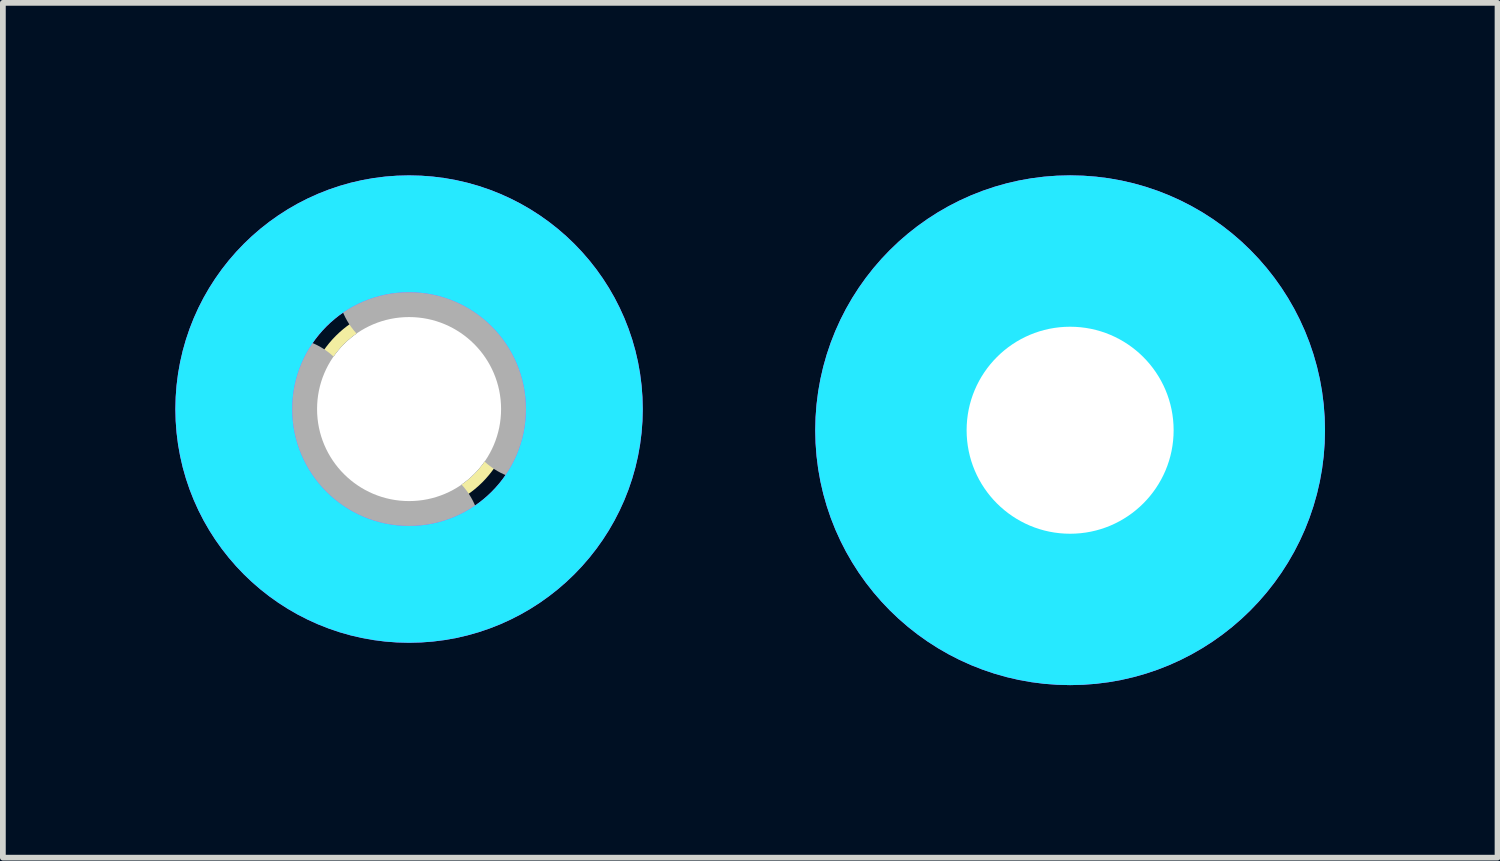
<source format=kicad_pcb>
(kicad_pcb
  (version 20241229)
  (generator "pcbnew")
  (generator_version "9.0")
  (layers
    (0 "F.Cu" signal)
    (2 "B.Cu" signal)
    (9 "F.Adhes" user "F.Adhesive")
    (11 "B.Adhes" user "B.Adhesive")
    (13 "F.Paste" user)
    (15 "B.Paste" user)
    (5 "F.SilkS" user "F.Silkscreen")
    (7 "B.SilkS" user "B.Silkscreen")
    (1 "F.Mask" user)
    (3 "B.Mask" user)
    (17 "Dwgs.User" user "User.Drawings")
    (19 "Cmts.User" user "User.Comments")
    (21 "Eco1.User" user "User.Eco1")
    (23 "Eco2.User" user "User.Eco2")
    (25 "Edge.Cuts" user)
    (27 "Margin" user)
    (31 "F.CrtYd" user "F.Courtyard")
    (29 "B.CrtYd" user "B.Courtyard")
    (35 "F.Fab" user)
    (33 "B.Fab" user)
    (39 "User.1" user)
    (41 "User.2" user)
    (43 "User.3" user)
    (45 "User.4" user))
  (footprint "3,2"
    (layer "F.Cu")
    (at 4.064 4.064)
    (property "Reference" "3,2" (at 0 0 0) (layer "F.SilkS") (effects (font (size 1.27 1.27) (thickness 0.15))))
    (fp_circle (center 0 0) (end 1.7 0) (stroke (width 0.203) (type solid)) (fill no) (layer "F.SilkS"))
    (fp_circle (center 0 0) (end 3.429 0) (stroke (width 0.152) (type solid)) (fill no) (layer "F.SilkS"))
    (fp_circle (center 0 0) (end 3.048 0) (stroke (width 2.032) (type solid)) (fill no) (layer "B.CrtYd"))
    (fp_circle (center 0 0) (end 3.048 0) (stroke (width 2.032) (type solid)) (fill no) (layer "F.CrtYd"))
    (fp_arc (start 0 -2.159) (mid 1.526644 -1.526644) (end 2.159 0) (stroke (width 2.4892) (type solid)) (layer "F.Fab"))
    (fp_arc (start 0 2.159) (mid -1.526644 1.526644) (end -2.159 0) (stroke (width 2.4892) (type solid)) (layer "F.Fab"))
    (fp_circle (center 0 0) (end 0.762 0) (stroke (width 0.457) (type solid)) (fill no) (layer "F.Fab"))
    (pad "" np_thru_hole circle (at 0 0) (size 3.2 3.2) (drill 3.2) (layers "*.Cu" "*.Mask"))
    (zone (net_name "") (layer "F.Cu") (hatch edge 0.508) (connect_pads) (min_thickness 0.254) (filled_areas_thickness no) (keepout (tracks not_allowed) (vias not_allowed) (pads not_allowed) (copperpour not_allowed) (footprints allowed)) (placement (enabled no)) (fill) (polygon (pts (xy 8.128 4.064) (xy 8.066 3.358) (xy 7.883 2.674) (xy 7.584 2.032) (xy 7.177 1.452) (xy 6.676 0.951) (xy 6.096 0.544) (xy 5.454 0.245) (xy 4.77 0.062) (xy 4.064 0) (xy 3.358 0.062) (xy 2.674 0.245) (xy 2.032 0.544) (xy 1.452 0.951) (xy 0.951 1.452) (xy 0.544 2.032) (xy 0.245 2.674) (xy 0.062 3.358) (xy 0 4.064) (xy 0.062 4.77) (xy 0.245 5.454) (xy 0.544 6.096) (xy 0.951 6.676) (xy 1.452 7.177) (xy 2.032 7.584) (xy 2.674 7.883) (xy 3.358 8.066) (xy 4.064 8.128) (xy 4.77 8.066) (xy 5.454 7.883) (xy 6.096 7.584) (xy 6.676 7.177) (xy 7.177 6.676) (xy 7.584 6.096) (xy 7.883 5.454) (xy 8.066 4.77))) (polygon (pts (xy 6.096 4.064) (xy 6.065 3.711) (xy 5.973 3.369) (xy 5.824 3.048) (xy 5.621 2.758) (xy 5.37 2.507) (xy 5.08 2.304) (xy 4.759 2.155) (xy 4.417 2.063) (xy 4.064 2.032) (xy 3.711 2.063) (xy 3.369 2.155) (xy 3.048 2.304) (xy 2.758 2.507) (xy 2.507 2.758) (xy 2.304 3.048) (xy 2.155 3.369) (xy 2.063 3.711) (xy 2.032 4.064) (xy 2.063 4.417) (xy 2.155 4.759) (xy 2.304 5.08) (xy 2.507 5.37) (xy 2.758 5.621) (xy 3.048 5.824) (xy 3.369 5.973) (xy 3.711 6.065) (xy 4.064 6.096) (xy 4.417 6.065) (xy 4.759 5.973) (xy 5.08 5.824) (xy 5.37 5.621) (xy 5.621 5.37) (xy 5.824 5.08) (xy 5.973 4.759) (xy 6.065 4.417))))
    (zone (net_name "") (layers "F.Cu" "B.Cu") (hatch edge 0.508) (connect_pads) (min_thickness 0.254) (filled_areas_thickness no) (keepout (tracks allowed) (vias not_allowed) (pads allowed) (copperpour allowed) (footprints allowed)) (placement (enabled no)) (fill) (polygon (pts (xy 8.128 4.064) (xy 8.066 3.358) (xy 7.883 2.674) (xy 7.584 2.032) (xy 7.177 1.452) (xy 6.676 0.951) (xy 6.096 0.544) (xy 5.454 0.245) (xy 4.77 0.062) (xy 4.064 0) (xy 3.358 0.062) (xy 2.674 0.245) (xy 2.032 0.544) (xy 1.452 0.951) (xy 0.951 1.452) (xy 0.544 2.032) (xy 0.245 2.674) (xy 0.062 3.358) (xy 0 4.064) (xy 0.062 4.77) (xy 0.245 5.454) (xy 0.544 6.096) (xy 0.951 6.676) (xy 1.452 7.177) (xy 2.032 7.584) (xy 2.674 7.883) (xy 3.358 8.066) (xy 4.064 8.128) (xy 4.77 8.066) (xy 5.454 7.883) (xy 6.096 7.584) (xy 6.676 7.177) (xy 7.177 6.676) (xy 7.584 6.096) (xy 7.883 5.454) (xy 8.066 4.77))) (polygon (pts (xy 6.096 4.064) (xy 6.065 3.711) (xy 5.973 3.369) (xy 5.824 3.048) (xy 5.621 2.758) (xy 5.37 2.507) (xy 5.08 2.304) (xy 4.759 2.155) (xy 4.417 2.063) (xy 4.064 2.032) (xy 3.711 2.063) (xy 3.369 2.155) (xy 3.048 2.304) (xy 2.758 2.507) (xy 2.507 2.758) (xy 2.304 3.048) (xy 2.155 3.369) (xy 2.063 3.711) (xy 2.032 4.064) (xy 2.063 4.417) (xy 2.155 4.759) (xy 2.304 5.08) (xy 2.507 5.37) (xy 2.758 5.621) (xy 3.048 5.824) (xy 3.369 5.973) (xy 3.711 6.065) (xy 4.064 6.096) (xy 4.417 6.065) (xy 4.759 5.973) (xy 5.08 5.824) (xy 5.37 5.621) (xy 5.621 5.37) (xy 5.824 5.08) (xy 5.973 4.759) (xy 6.065 4.417))))
    (zone (net_name "") (layer "B.Cu") (hatch edge 0.508) (connect_pads) (min_thickness 0.254) (filled_areas_thickness no) (keepout (tracks not_allowed) (vias not_allowed) (pads not_allowed) (copperpour not_allowed) (footprints allowed)) (placement (enabled no)) (fill) (polygon (pts (xy 8.128 4.064) (xy 8.066 3.358) (xy 7.883 2.674) (xy 7.584 2.032) (xy 7.177 1.452) (xy 6.676 0.951) (xy 6.096 0.544) (xy 5.454 0.245) (xy 4.77 0.062) (xy 4.064 0) (xy 3.358 0.062) (xy 2.674 0.245) (xy 2.032 0.544) (xy 1.452 0.951) (xy 0.951 1.452) (xy 0.544 2.032) (xy 0.245 2.674) (xy 0.062 3.358) (xy 0 4.064) (xy 0.062 4.77) (xy 0.245 5.454) (xy 0.544 6.096) (xy 0.951 6.676) (xy 1.452 7.177) (xy 2.032 7.584) (xy 2.674 7.883) (xy 3.358 8.066) (xy 4.064 8.128) (xy 4.77 8.066) (xy 5.454 7.883) (xy 6.096 7.584) (xy 6.676 7.177) (xy 7.177 6.676) (xy 7.584 6.096) (xy 7.883 5.454) (xy 8.066 4.77))) (polygon (pts (xy 6.096 4.064) (xy 6.065 3.711) (xy 5.973 3.369) (xy 5.824 3.048) (xy 5.621 2.758) (xy 5.37 2.507) (xy 5.08 2.304) (xy 4.759 2.155) (xy 4.417 2.063) (xy 4.064 2.032) (xy 3.711 2.063) (xy 3.369 2.155) (xy 3.048 2.304) (xy 2.758 2.507) (xy 2.507 2.758) (xy 2.304 3.048) (xy 2.155 3.369) (xy 2.063 3.711) (xy 2.032 4.064) (xy 2.063 4.417) (xy 2.155 4.759) (xy 2.304 5.08) (xy 2.507 5.37) (xy 2.758 5.621) (xy 3.048 5.824) (xy 3.369 5.973) (xy 3.711 6.065) (xy 4.064 6.096) (xy 4.417 6.065) (xy 4.759 5.973) (xy 5.08 5.824) (xy 5.37 5.621) (xy 5.621 5.37) (xy 5.824 5.08) (xy 5.973 4.759) (xy 6.065 4.417)))))
  (footprint "3,6"
    (layer "F.Cu")
    (at 15.56 4.432)
    (property "Reference" "3,6" (at 0 0 0) (layer "F.SilkS") (effects (font (size 1.27 1.27) (thickness 0.15))))
    (fp_circle (center 0 0) (end 1.9 0) (stroke (width 0.203) (type solid)) (fill no) (layer "F.SilkS"))
    (fp_circle (center 0 0) (end 3.429 0) (stroke (width 0.152) (type solid)) (fill no) (layer "F.SilkS"))
    (fp_circle (center 0 0) (end 3.048 0) (stroke (width 2.769) (type solid)) (fill no) (layer "B.CrtYd"))
    (fp_circle (center 0 0) (end 3.048 0) (stroke (width 2.769) (type solid)) (fill no) (layer "F.CrtYd"))
    (fp_arc (start 0 -2.159) (mid 1.526644 -1.526644) (end 2.159 0) (stroke (width 2.4892) (type solid)) (layer "F.Fab"))
    (fp_arc (start 0 2.159) (mid -1.526644 1.526644) (end -2.159 0) (stroke (width 2.4892) (type solid)) (layer "F.Fab"))
    (fp_circle (center 0 0) (end 0.762 0) (stroke (width 0.457) (type solid)) (fill no) (layer "F.Fab"))
    (pad "" np_thru_hole circle (at 0 0) (size 3.6 3.6) (drill 3.6) (layers "*.Cu" "*.Mask"))
    (zone (net_name "") (layer "F.Cu") (hatch edge 0.508) (connect_pads) (min_thickness 0.254) (filled_areas_thickness no) (keepout (tracks not_allowed) (vias not_allowed) (pads not_allowed) (copperpour not_allowed) (footprints allowed)) (placement (enabled no)) (fill) (polygon (pts (xy 19.624 4.432) (xy 19.563 3.727) (xy 19.379 3.042) (xy 19.08 2.4) (xy 18.674 1.82) (xy 18.173 1.319) (xy 17.592 0.913) (xy 16.95 0.613) (xy 16.266 0.43) (xy 15.56 0.368) (xy 14.855 0.43) (xy 14.17 0.613) (xy 13.528 0.913) (xy 12.948 1.319) (xy 12.447 1.82) (xy 12.041 2.4) (xy 11.741 3.042) (xy 11.558 3.727) (xy 11.496 4.432) (xy 11.558 5.138) (xy 11.741 5.822) (xy 12.041 6.464) (xy 12.447 7.045) (xy 12.948 7.546) (xy 13.528 7.952) (xy 14.17 8.251) (xy 14.855 8.435) (xy 15.56 8.496) (xy 16.266 8.435) (xy 16.95 8.251) (xy 17.592 7.952) (xy 18.173 7.546) (xy 18.674 7.045) (xy 19.08 6.464) (xy 19.379 5.822) (xy 19.563 5.138))) (polygon (pts (xy 17.592 4.432) (xy 17.561 4.079) (xy 17.47 3.737) (xy 17.32 3.416) (xy 17.117 3.126) (xy 16.866 2.876) (xy 16.576 2.673) (xy 16.255 2.523) (xy 15.913 2.431) (xy 15.56 2.4) (xy 15.207 2.431) (xy 14.865 2.523) (xy 14.544 2.673) (xy 14.254 2.876) (xy 14.004 3.126) (xy 13.801 3.416) (xy 13.651 3.737) (xy 13.559 4.079) (xy 13.528 4.432) (xy 13.559 4.785) (xy 13.651 5.127) (xy 13.801 5.448) (xy 14.004 5.738) (xy 14.254 5.989) (xy 14.544 6.192) (xy 14.865 6.342) (xy 15.207 6.433) (xy 15.56 6.464) (xy 15.913 6.433) (xy 16.255 6.342) (xy 16.576 6.192) (xy 16.866 5.989) (xy 17.117 5.738) (xy 17.32 5.448) (xy 17.47 5.127) (xy 17.561 4.785))))
    (zone (net_name "") (layers "F.Cu" "B.Cu") (hatch edge 0.508) (connect_pads) (min_thickness 0.254) (filled_areas_thickness no) (keepout (tracks allowed) (vias not_allowed) (pads allowed) (copperpour allowed) (footprints allowed)) (placement (enabled no)) (fill) (polygon (pts (xy 19.624 4.432) (xy 19.563 3.727) (xy 19.379 3.042) (xy 19.08 2.4) (xy 18.674 1.82) (xy 18.173 1.319) (xy 17.592 0.913) (xy 16.95 0.613) (xy 16.266 0.43) (xy 15.56 0.368) (xy 14.855 0.43) (xy 14.17 0.613) (xy 13.528 0.913) (xy 12.948 1.319) (xy 12.447 1.82) (xy 12.041 2.4) (xy 11.741 3.042) (xy 11.558 3.727) (xy 11.496 4.432) (xy 11.558 5.138) (xy 11.741 5.822) (xy 12.041 6.464) (xy 12.447 7.045) (xy 12.948 7.546) (xy 13.528 7.952) (xy 14.17 8.251) (xy 14.855 8.435) (xy 15.56 8.496) (xy 16.266 8.435) (xy 16.95 8.251) (xy 17.592 7.952) (xy 18.173 7.546) (xy 18.674 7.045) (xy 19.08 6.464) (xy 19.379 5.822) (xy 19.563 5.138))) (polygon (pts (xy 17.592 4.432) (xy 17.561 4.079) (xy 17.47 3.737) (xy 17.32 3.416) (xy 17.117 3.126) (xy 16.866 2.876) (xy 16.576 2.673) (xy 16.255 2.523) (xy 15.913 2.431) (xy 15.56 2.4) (xy 15.207 2.431) (xy 14.865 2.523) (xy 14.544 2.673) (xy 14.254 2.876) (xy 14.004 3.126) (xy 13.801 3.416) (xy 13.651 3.737) (xy 13.559 4.079) (xy 13.528 4.432) (xy 13.559 4.785) (xy 13.651 5.127) (xy 13.801 5.448) (xy 14.004 5.738) (xy 14.254 5.989) (xy 14.544 6.192) (xy 14.865 6.342) (xy 15.207 6.433) (xy 15.56 6.464) (xy 15.913 6.433) (xy 16.255 6.342) (xy 16.576 6.192) (xy 16.866 5.989) (xy 17.117 5.738) (xy 17.32 5.448) (xy 17.47 5.127) (xy 17.561 4.785))))
    (zone (net_name "") (layer "B.Cu") (hatch edge 0.508) (connect_pads) (min_thickness 0.254) (filled_areas_thickness no) (keepout (tracks not_allowed) (vias not_allowed) (pads not_allowed) (copperpour not_allowed) (footprints allowed)) (placement (enabled no)) (fill) (polygon (pts (xy 19.624 4.432) (xy 19.563 3.727) (xy 19.379 3.042) (xy 19.08 2.4) (xy 18.674 1.82) (xy 18.173 1.319) (xy 17.592 0.913) (xy 16.95 0.613) (xy 16.266 0.43) (xy 15.56 0.368) (xy 14.855 0.43) (xy 14.17 0.613) (xy 13.528 0.913) (xy 12.948 1.319) (xy 12.447 1.82) (xy 12.041 2.4) (xy 11.741 3.042) (xy 11.558 3.727) (xy 11.496 4.432) (xy 11.558 5.138) (xy 11.741 5.822) (xy 12.041 6.464) (xy 12.447 7.045) (xy 12.948 7.546) (xy 13.528 7.952) (xy 14.17 8.251) (xy 14.855 8.435) (xy 15.56 8.496) (xy 16.266 8.435) (xy 16.95 8.251) (xy 17.592 7.952) (xy 18.173 7.546) (xy 18.674 7.045) (xy 19.08 6.464) (xy 19.379 5.822) (xy 19.563 5.138))) (polygon (pts (xy 17.592 4.432) (xy 17.561 4.079) (xy 17.47 3.737) (xy 17.32 3.416) (xy 17.117 3.126) (xy 16.866 2.876) (xy 16.576 2.673) (xy 16.255 2.523) (xy 15.913 2.431) (xy 15.56 2.4) (xy 15.207 2.431) (xy 14.865 2.523) (xy 14.544 2.673) (xy 14.254 2.876) (xy 14.004 3.126) (xy 13.801 3.416) (xy 13.651 3.737) (xy 13.559 4.079) (xy 13.528 4.432) (xy 13.559 4.785) (xy 13.651 5.127) (xy 13.801 5.448) (xy 14.004 5.738) (xy 14.254 5.989) (xy 14.544 6.192) (xy 14.865 6.342) (xy 15.207 6.433) (xy 15.56 6.464) (xy 15.913 6.433) (xy 16.255 6.342) (xy 16.576 6.192) (xy 16.866 5.989) (xy 17.117 5.738) (xy 17.32 5.448) (xy 17.47 5.127) (xy 17.561 4.785)))))
  (gr_rect
    (start -3 -3)
    (end 22.993 11.865)
    (stroke (width 0.1) (type default))
    (fill no)
    (layer "Edge.Cuts")))
</source>
